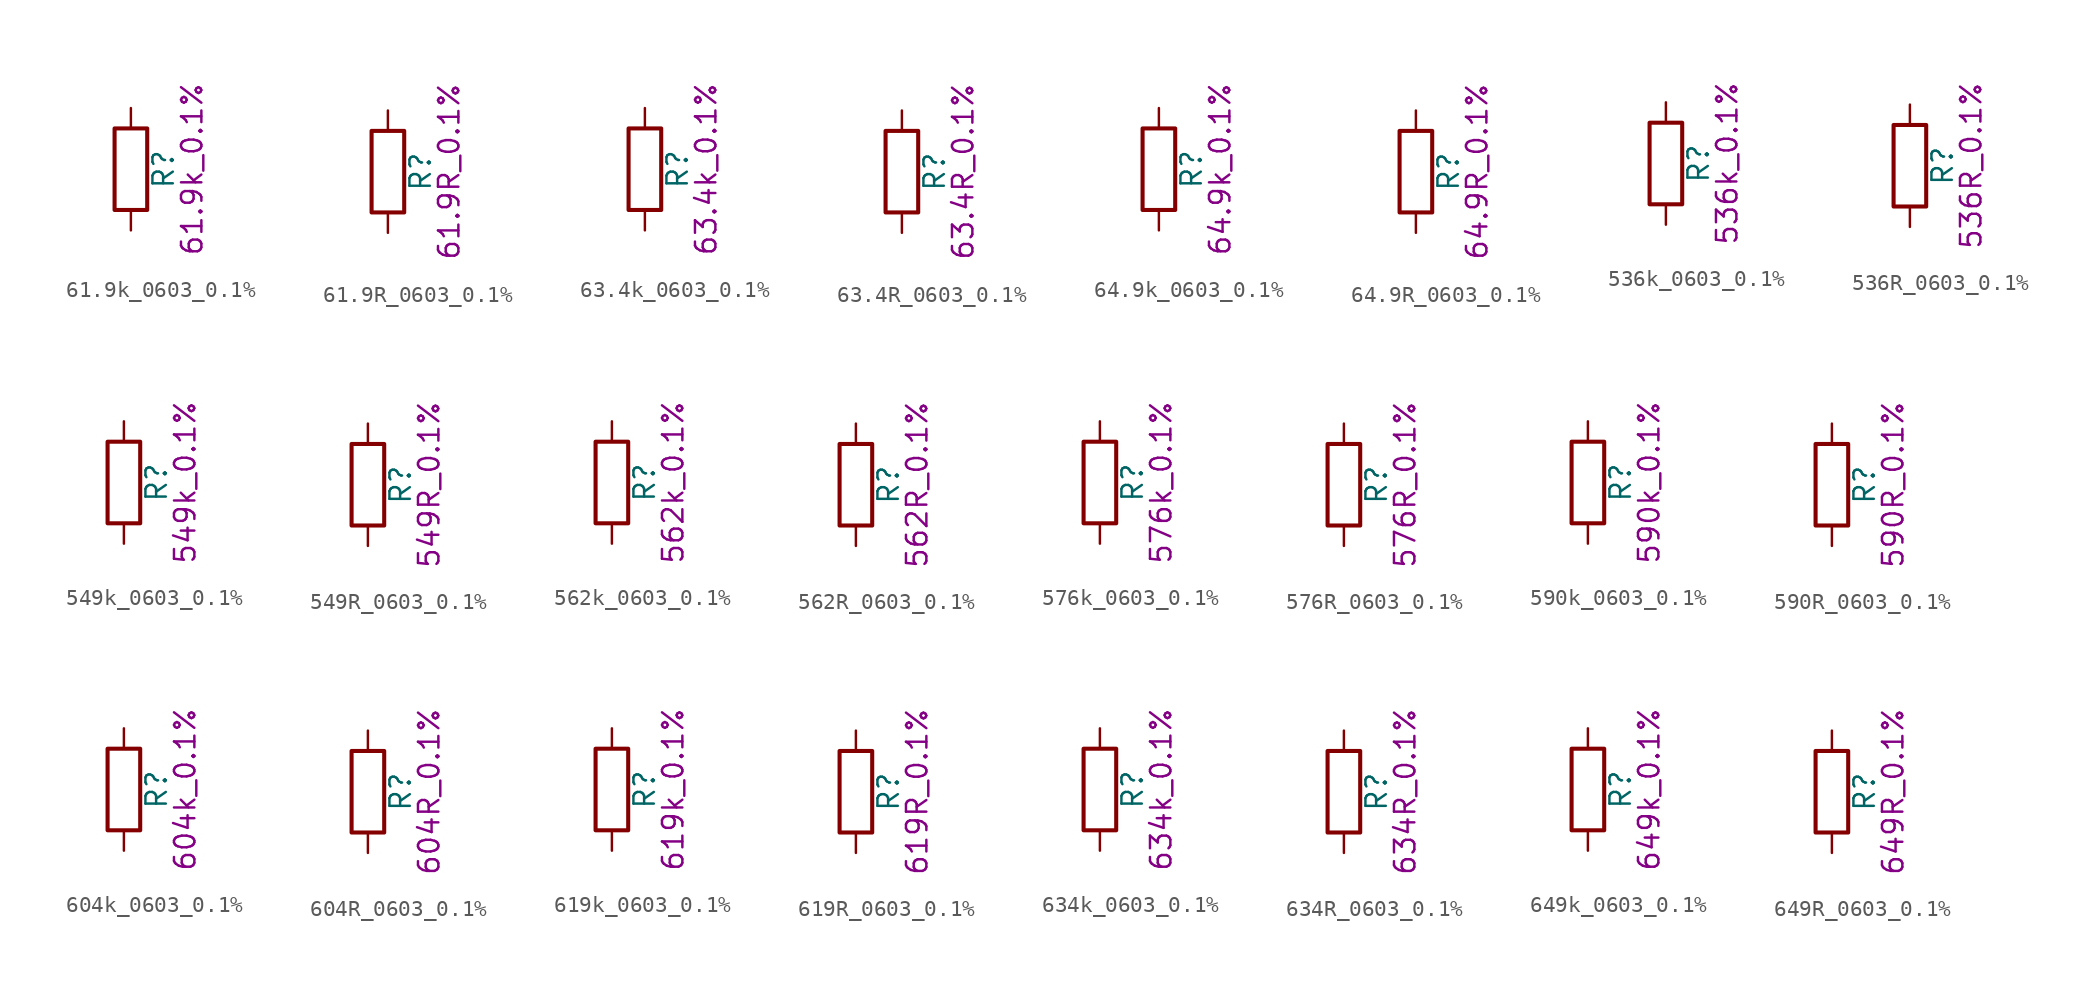
<source format=kicad_sym>
(kicad_symbol_lib
  (version 20211014)
  (generator kicad_symbol_editor)
  (symbol "61.9k_0603_0.1%"
    (pin_numbers hide)
    (pin_names
      (offset 0))
    (property "Reference" "R"
      (at 2.032 0 90)
      (effects (font (size 1.27 1.27))))
    (property "Display" "61.9k_0.1%"
      (at 3.81 0 90)
      (effects (font (size 1.27 1.27))))
    (symbol "61.9k_0603_0.1%_0_1"
      (rectangle (start -1.016 -2.54) (end 1.016 2.54) (stroke (width 0.254) (type default) (color 0 0 0 0)) (fill (type none))))
    (symbol "61.9k_0603_0.1%_1_1"
      (pin passive line (at 0 3.81 270) (length 1.27) (name "~" (effects (font (size 1.27 1.27)))) (number "1" (effects (font (size 1.27 1.27)))))
      (pin passive line (at 0 -3.81 90) (length 1.27) (name "~" (effects (font (size 1.27 1.27)))) (number "2" (effects (font (size 1.27 1.27)))))))
  (symbol "61.9R_0603_0.1%"
    (pin_numbers hide)
    (pin_names
      (offset 0))
    (property "Reference" "R"
      (at 2.032 0 90)
      (effects (font (size 1.27 1.27))))
    (property "Display" "61.9R_0.1%"
      (at 3.81 0 90)
      (effects (font (size 1.27 1.27))))
    (symbol "61.9R_0603_0.1%_0_1"
      (rectangle (start -1.016 -2.54) (end 1.016 2.54) (stroke (width 0.254) (type default) (color 0 0 0 0)) (fill (type none))))
    (symbol "61.9R_0603_0.1%_1_1"
      (pin passive line (at 0 3.81 270) (length 1.27) (name "~" (effects (font (size 1.27 1.27)))) (number "1" (effects (font (size 1.27 1.27)))))
      (pin passive line (at 0 -3.81 90) (length 1.27) (name "~" (effects (font (size 1.27 1.27)))) (number "2" (effects (font (size 1.27 1.27)))))))
  (symbol "63.4k_0603_0.1%"
    (pin_numbers hide)
    (pin_names
      (offset 0))
    (property "Reference" "R"
      (at 2.032 0 90)
      (effects (font (size 1.27 1.27))))
    (property "Display" "63.4k_0.1%"
      (at 3.81 0 90)
      (effects (font (size 1.27 1.27))))
    (symbol "63.4k_0603_0.1%_0_1"
      (rectangle (start -1.016 -2.54) (end 1.016 2.54) (stroke (width 0.254) (type default) (color 0 0 0 0)) (fill (type none))))
    (symbol "63.4k_0603_0.1%_1_1"
      (pin passive line (at 0 3.81 270) (length 1.27) (name "~" (effects (font (size 1.27 1.27)))) (number "1" (effects (font (size 1.27 1.27)))))
      (pin passive line (at 0 -3.81 90) (length 1.27) (name "~" (effects (font (size 1.27 1.27)))) (number "2" (effects (font (size 1.27 1.27)))))))
  (symbol "63.4R_0603_0.1%"
    (pin_numbers hide)
    (pin_names
      (offset 0))
    (property "Reference" "R"
      (at 2.032 0 90)
      (effects (font (size 1.27 1.27))))
    (property "Display" "63.4R_0.1%"
      (at 3.81 0 90)
      (effects (font (size 1.27 1.27))))
    (symbol "63.4R_0603_0.1%_0_1"
      (rectangle (start -1.016 -2.54) (end 1.016 2.54) (stroke (width 0.254) (type default) (color 0 0 0 0)) (fill (type none))))
    (symbol "63.4R_0603_0.1%_1_1"
      (pin passive line (at 0 3.81 270) (length 1.27) (name "~" (effects (font (size 1.27 1.27)))) (number "1" (effects (font (size 1.27 1.27)))))
      (pin passive line (at 0 -3.81 90) (length 1.27) (name "~" (effects (font (size 1.27 1.27)))) (number "2" (effects (font (size 1.27 1.27)))))))
  (symbol "64.9k_0603_0.1%"
    (pin_numbers hide)
    (pin_names
      (offset 0))
    (property "Reference" "R"
      (at 2.032 0 90)
      (effects (font (size 1.27 1.27))))
    (property "Display" "64.9k_0.1%"
      (at 3.81 0 90)
      (effects (font (size 1.27 1.27))))
    (symbol "64.9k_0603_0.1%_0_1"
      (rectangle (start -1.016 -2.54) (end 1.016 2.54) (stroke (width 0.254) (type default) (color 0 0 0 0)) (fill (type none))))
    (symbol "64.9k_0603_0.1%_1_1"
      (pin passive line (at 0 3.81 270) (length 1.27) (name "~" (effects (font (size 1.27 1.27)))) (number "1" (effects (font (size 1.27 1.27)))))
      (pin passive line (at 0 -3.81 90) (length 1.27) (name "~" (effects (font (size 1.27 1.27)))) (number "2" (effects (font (size 1.27 1.27)))))))
  (symbol "64.9R_0603_0.1%"
    (pin_numbers hide)
    (pin_names
      (offset 0))
    (property "Reference" "R"
      (at 2.032 0 90)
      (effects (font (size 1.27 1.27))))
    (property "Display" "64.9R_0.1%"
      (at 3.81 0 90)
      (effects (font (size 1.27 1.27))))
    (symbol "64.9R_0603_0.1%_0_1"
      (rectangle (start -1.016 -2.54) (end 1.016 2.54) (stroke (width 0.254) (type default) (color 0 0 0 0)) (fill (type none))))
    (symbol "64.9R_0603_0.1%_1_1"
      (pin passive line (at 0 3.81 270) (length 1.27) (name "~" (effects (font (size 1.27 1.27)))) (number "1" (effects (font (size 1.27 1.27)))))
      (pin passive line (at 0 -3.81 90) (length 1.27) (name "~" (effects (font (size 1.27 1.27)))) (number "2" (effects (font (size 1.27 1.27)))))))
  (symbol "536k_0603_0.1%"
    (pin_numbers hide)
    (pin_names
      (offset 0))
    (property "Reference" "R"
      (at 2.032 0 90)
      (effects (font (size 1.27 1.27))))
    (property "Display" "536k_0.1%"
      (at 3.81 0 90)
      (effects (font (size 1.27 1.27))))
    (symbol "536k_0603_0.1%_0_1"
      (rectangle (start -1.016 -2.54) (end 1.016 2.54) (stroke (width 0.254) (type default) (color 0 0 0 0)) (fill (type none))))
    (symbol "536k_0603_0.1%_1_1"
      (pin passive line (at 0 3.81 270) (length 1.27) (name "~" (effects (font (size 1.27 1.27)))) (number "1" (effects (font (size 1.27 1.27)))))
      (pin passive line (at 0 -3.81 90) (length 1.27) (name "~" (effects (font (size 1.27 1.27)))) (number "2" (effects (font (size 1.27 1.27)))))))
  (symbol "536R_0603_0.1%"
    (pin_numbers hide)
    (pin_names
      (offset 0))
    (property "Reference" "R"
      (at 2.032 0 90)
      (effects (font (size 1.27 1.27))))
    (property "Display" "536R_0.1%"
      (at 3.81 0 90)
      (effects (font (size 1.27 1.27))))
    (symbol "536R_0603_0.1%_0_1"
      (rectangle (start -1.016 -2.54) (end 1.016 2.54) (stroke (width 0.254) (type default) (color 0 0 0 0)) (fill (type none))))
    (symbol "536R_0603_0.1%_1_1"
      (pin passive line (at 0 3.81 270) (length 1.27) (name "~" (effects (font (size 1.27 1.27)))) (number "1" (effects (font (size 1.27 1.27)))))
      (pin passive line (at 0 -3.81 90) (length 1.27) (name "~" (effects (font (size 1.27 1.27)))) (number "2" (effects (font (size 1.27 1.27)))))))
  (symbol "549k_0603_0.1%"
    (pin_numbers hide)
    (pin_names
      (offset 0))
    (property "Reference" "R"
      (at 2.032 0 90)
      (effects (font (size 1.27 1.27))))
    (property "Display" "549k_0.1%"
      (at 3.81 0 90)
      (effects (font (size 1.27 1.27))))
    (symbol "549k_0603_0.1%_0_1"
      (rectangle (start -1.016 -2.54) (end 1.016 2.54) (stroke (width 0.254) (type default) (color 0 0 0 0)) (fill (type none))))
    (symbol "549k_0603_0.1%_1_1"
      (pin passive line (at 0 3.81 270) (length 1.27) (name "~" (effects (font (size 1.27 1.27)))) (number "1" (effects (font (size 1.27 1.27)))))
      (pin passive line (at 0 -3.81 90) (length 1.27) (name "~" (effects (font (size 1.27 1.27)))) (number "2" (effects (font (size 1.27 1.27)))))))
  (symbol "549R_0603_0.1%"
    (pin_numbers hide)
    (pin_names
      (offset 0))
    (property "Reference" "R"
      (at 2.032 0 90)
      (effects (font (size 1.27 1.27))))
    (property "Display" "549R_0.1%"
      (at 3.81 0 90)
      (effects (font (size 1.27 1.27))))
    (symbol "549R_0603_0.1%_0_1"
      (rectangle (start -1.016 -2.54) (end 1.016 2.54) (stroke (width 0.254) (type default) (color 0 0 0 0)) (fill (type none))))
    (symbol "549R_0603_0.1%_1_1"
      (pin passive line (at 0 3.81 270) (length 1.27) (name "~" (effects (font (size 1.27 1.27)))) (number "1" (effects (font (size 1.27 1.27)))))
      (pin passive line (at 0 -3.81 90) (length 1.27) (name "~" (effects (font (size 1.27 1.27)))) (number "2" (effects (font (size 1.27 1.27)))))))
  (symbol "562k_0603_0.1%"
    (pin_numbers hide)
    (pin_names
      (offset 0))
    (property "Reference" "R"
      (at 2.032 0 90)
      (effects (font (size 1.27 1.27))))
    (property "Display" "562k_0.1%"
      (at 3.81 0 90)
      (effects (font (size 1.27 1.27))))
    (symbol "562k_0603_0.1%_0_1"
      (rectangle (start -1.016 -2.54) (end 1.016 2.54) (stroke (width 0.254) (type default) (color 0 0 0 0)) (fill (type none))))
    (symbol "562k_0603_0.1%_1_1"
      (pin passive line (at 0 3.81 270) (length 1.27) (name "~" (effects (font (size 1.27 1.27)))) (number "1" (effects (font (size 1.27 1.27)))))
      (pin passive line (at 0 -3.81 90) (length 1.27) (name "~" (effects (font (size 1.27 1.27)))) (number "2" (effects (font (size 1.27 1.27)))))))
  (symbol "562R_0603_0.1%"
    (pin_numbers hide)
    (pin_names
      (offset 0))
    (property "Reference" "R"
      (at 2.032 0 90)
      (effects (font (size 1.27 1.27))))
    (property "Display" "562R_0.1%"
      (at 3.81 0 90)
      (effects (font (size 1.27 1.27))))
    (symbol "562R_0603_0.1%_0_1"
      (rectangle (start -1.016 -2.54) (end 1.016 2.54) (stroke (width 0.254) (type default) (color 0 0 0 0)) (fill (type none))))
    (symbol "562R_0603_0.1%_1_1"
      (pin passive line (at 0 3.81 270) (length 1.27) (name "~" (effects (font (size 1.27 1.27)))) (number "1" (effects (font (size 1.27 1.27)))))
      (pin passive line (at 0 -3.81 90) (length 1.27) (name "~" (effects (font (size 1.27 1.27)))) (number "2" (effects (font (size 1.27 1.27)))))))
  (symbol "576k_0603_0.1%"
    (pin_numbers hide)
    (pin_names
      (offset 0))
    (property "Reference" "R"
      (at 2.032 0 90)
      (effects (font (size 1.27 1.27))))
    (property "Display" "576k_0.1%"
      (at 3.81 0 90)
      (effects (font (size 1.27 1.27))))
    (symbol "576k_0603_0.1%_0_1"
      (rectangle (start -1.016 -2.54) (end 1.016 2.54) (stroke (width 0.254) (type default) (color 0 0 0 0)) (fill (type none))))
    (symbol "576k_0603_0.1%_1_1"
      (pin passive line (at 0 3.81 270) (length 1.27) (name "~" (effects (font (size 1.27 1.27)))) (number "1" (effects (font (size 1.27 1.27)))))
      (pin passive line (at 0 -3.81 90) (length 1.27) (name "~" (effects (font (size 1.27 1.27)))) (number "2" (effects (font (size 1.27 1.27)))))))
  (symbol "576R_0603_0.1%"
    (pin_numbers hide)
    (pin_names
      (offset 0))
    (property "Reference" "R"
      (at 2.032 0 90)
      (effects (font (size 1.27 1.27))))
    (property "Display" "576R_0.1%"
      (at 3.81 0 90)
      (effects (font (size 1.27 1.27))))
    (symbol "576R_0603_0.1%_0_1"
      (rectangle (start -1.016 -2.54) (end 1.016 2.54) (stroke (width 0.254) (type default) (color 0 0 0 0)) (fill (type none))))
    (symbol "576R_0603_0.1%_1_1"
      (pin passive line (at 0 3.81 270) (length 1.27) (name "~" (effects (font (size 1.27 1.27)))) (number "1" (effects (font (size 1.27 1.27)))))
      (pin passive line (at 0 -3.81 90) (length 1.27) (name "~" (effects (font (size 1.27 1.27)))) (number "2" (effects (font (size 1.27 1.27)))))))
  (symbol "590k_0603_0.1%"
    (pin_numbers hide)
    (pin_names
      (offset 0))
    (property "Reference" "R"
      (at 2.032 0 90)
      (effects (font (size 1.27 1.27))))
    (property "Display" "590k_0.1%"
      (at 3.81 0 90)
      (effects (font (size 1.27 1.27))))
    (symbol "590k_0603_0.1%_0_1"
      (rectangle (start -1.016 -2.54) (end 1.016 2.54) (stroke (width 0.254) (type default) (color 0 0 0 0)) (fill (type none))))
    (symbol "590k_0603_0.1%_1_1"
      (pin passive line (at 0 3.81 270) (length 1.27) (name "~" (effects (font (size 1.27 1.27)))) (number "1" (effects (font (size 1.27 1.27)))))
      (pin passive line (at 0 -3.81 90) (length 1.27) (name "~" (effects (font (size 1.27 1.27)))) (number "2" (effects (font (size 1.27 1.27)))))))
  (symbol "590R_0603_0.1%"
    (pin_numbers hide)
    (pin_names
      (offset 0))
    (property "Reference" "R"
      (at 2.032 0 90)
      (effects (font (size 1.27 1.27))))
    (property "Display" "590R_0.1%"
      (at 3.81 0 90)
      (effects (font (size 1.27 1.27))))
    (symbol "590R_0603_0.1%_0_1"
      (rectangle (start -1.016 -2.54) (end 1.016 2.54) (stroke (width 0.254) (type default) (color 0 0 0 0)) (fill (type none))))
    (symbol "590R_0603_0.1%_1_1"
      (pin passive line (at 0 3.81 270) (length 1.27) (name "~" (effects (font (size 1.27 1.27)))) (number "1" (effects (font (size 1.27 1.27)))))
      (pin passive line (at 0 -3.81 90) (length 1.27) (name "~" (effects (font (size 1.27 1.27)))) (number "2" (effects (font (size 1.27 1.27)))))))
  (symbol "604k_0603_0.1%"
    (pin_numbers hide)
    (pin_names
      (offset 0))
    (property "Reference" "R"
      (at 2.032 0 90)
      (effects (font (size 1.27 1.27))))
    (property "Display" "604k_0.1%"
      (at 3.81 0 90)
      (effects (font (size 1.27 1.27))))
    (symbol "604k_0603_0.1%_0_1"
      (rectangle (start -1.016 -2.54) (end 1.016 2.54) (stroke (width 0.254) (type default) (color 0 0 0 0)) (fill (type none))))
    (symbol "604k_0603_0.1%_1_1"
      (pin passive line (at 0 3.81 270) (length 1.27) (name "~" (effects (font (size 1.27 1.27)))) (number "1" (effects (font (size 1.27 1.27)))))
      (pin passive line (at 0 -3.81 90) (length 1.27) (name "~" (effects (font (size 1.27 1.27)))) (number "2" (effects (font (size 1.27 1.27)))))))
  (symbol "604R_0603_0.1%"
    (pin_numbers hide)
    (pin_names
      (offset 0))
    (property "Reference" "R"
      (at 2.032 0 90)
      (effects (font (size 1.27 1.27))))
    (property "Display" "604R_0.1%"
      (at 3.81 0 90)
      (effects (font (size 1.27 1.27))))
    (symbol "604R_0603_0.1%_0_1"
      (rectangle (start -1.016 -2.54) (end 1.016 2.54) (stroke (width 0.254) (type default) (color 0 0 0 0)) (fill (type none))))
    (symbol "604R_0603_0.1%_1_1"
      (pin passive line (at 0 3.81 270) (length 1.27) (name "~" (effects (font (size 1.27 1.27)))) (number "1" (effects (font (size 1.27 1.27)))))
      (pin passive line (at 0 -3.81 90) (length 1.27) (name "~" (effects (font (size 1.27 1.27)))) (number "2" (effects (font (size 1.27 1.27)))))))
  (symbol "619k_0603_0.1%"
    (pin_numbers hide)
    (pin_names
      (offset 0))
    (property "Reference" "R"
      (at 2.032 0 90)
      (effects (font (size 1.27 1.27))))
    (property "Display" "619k_0.1%"
      (at 3.81 0 90)
      (effects (font (size 1.27 1.27))))
    (symbol "619k_0603_0.1%_0_1"
      (rectangle (start -1.016 -2.54) (end 1.016 2.54) (stroke (width 0.254) (type default) (color 0 0 0 0)) (fill (type none))))
    (symbol "619k_0603_0.1%_1_1"
      (pin passive line (at 0 3.81 270) (length 1.27) (name "~" (effects (font (size 1.27 1.27)))) (number "1" (effects (font (size 1.27 1.27)))))
      (pin passive line (at 0 -3.81 90) (length 1.27) (name "~" (effects (font (size 1.27 1.27)))) (number "2" (effects (font (size 1.27 1.27)))))))
  (symbol "619R_0603_0.1%"
    (pin_numbers hide)
    (pin_names
      (offset 0))
    (property "Reference" "R"
      (at 2.032 0 90)
      (effects (font (size 1.27 1.27))))
    (property "Display" "619R_0.1%"
      (at 3.81 0 90)
      (effects (font (size 1.27 1.27))))
    (symbol "619R_0603_0.1%_0_1"
      (rectangle (start -1.016 -2.54) (end 1.016 2.54) (stroke (width 0.254) (type default) (color 0 0 0 0)) (fill (type none))))
    (symbol "619R_0603_0.1%_1_1"
      (pin passive line (at 0 3.81 270) (length 1.27) (name "~" (effects (font (size 1.27 1.27)))) (number "1" (effects (font (size 1.27 1.27)))))
      (pin passive line (at 0 -3.81 90) (length 1.27) (name "~" (effects (font (size 1.27 1.27)))) (number "2" (effects (font (size 1.27 1.27)))))))
  (symbol "634k_0603_0.1%"
    (pin_numbers hide)
    (pin_names
      (offset 0))
    (property "Reference" "R"
      (at 2.032 0 90)
      (effects (font (size 1.27 1.27))))
    (property "Display" "634k_0.1%"
      (at 3.81 0 90)
      (effects (font (size 1.27 1.27))))
    (symbol "634k_0603_0.1%_0_1"
      (rectangle (start -1.016 -2.54) (end 1.016 2.54) (stroke (width 0.254) (type default) (color 0 0 0 0)) (fill (type none))))
    (symbol "634k_0603_0.1%_1_1"
      (pin passive line (at 0 3.81 270) (length 1.27) (name "~" (effects (font (size 1.27 1.27)))) (number "1" (effects (font (size 1.27 1.27)))))
      (pin passive line (at 0 -3.81 90) (length 1.27) (name "~" (effects (font (size 1.27 1.27)))) (number "2" (effects (font (size 1.27 1.27)))))))
  (symbol "634R_0603_0.1%"
    (pin_numbers hide)
    (pin_names
      (offset 0))
    (property "Reference" "R"
      (at 2.032 0 90)
      (effects (font (size 1.27 1.27))))
    (property "Display" "634R_0.1%"
      (at 3.81 0 90)
      (effects (font (size 1.27 1.27))))
    (symbol "634R_0603_0.1%_0_1"
      (rectangle (start -1.016 -2.54) (end 1.016 2.54) (stroke (width 0.254) (type default) (color 0 0 0 0)) (fill (type none))))
    (symbol "634R_0603_0.1%_1_1"
      (pin passive line (at 0 3.81 270) (length 1.27) (name "~" (effects (font (size 1.27 1.27)))) (number "1" (effects (font (size 1.27 1.27)))))
      (pin passive line (at 0 -3.81 90) (length 1.27) (name "~" (effects (font (size 1.27 1.27)))) (number "2" (effects (font (size 1.27 1.27)))))))
  (symbol "649k_0603_0.1%"
    (pin_numbers hide)
    (pin_names
      (offset 0))
    (property "Reference" "R"
      (at 2.032 0 90)
      (effects (font (size 1.27 1.27))))
    (property "Display" "649k_0.1%"
      (at 3.81 0 90)
      (effects (font (size 1.27 1.27))))
    (symbol "649k_0603_0.1%_0_1"
      (rectangle (start -1.016 -2.54) (end 1.016 2.54) (stroke (width 0.254) (type default) (color 0 0 0 0)) (fill (type none))))
    (symbol "649k_0603_0.1%_1_1"
      (pin passive line (at 0 3.81 270) (length 1.27) (name "~" (effects (font (size 1.27 1.27)))) (number "1" (effects (font (size 1.27 1.27)))))
      (pin passive line (at 0 -3.81 90) (length 1.27) (name "~" (effects (font (size 1.27 1.27)))) (number "2" (effects (font (size 1.27 1.27)))))))
  (symbol "649R_0603_0.1%"
    (pin_numbers hide)
    (pin_names
      (offset 0))
    (property "Reference" "R"
      (at 2.032 0 90)
      (effects (font (size 1.27 1.27))))
    (property "Display" "649R_0.1%"
      (at 3.81 0 90)
      (effects (font (size 1.27 1.27))))
    (symbol "649R_0603_0.1%_0_1"
      (rectangle (start -1.016 -2.54) (end 1.016 2.54) (stroke (width 0.254) (type default) (color 0 0 0 0)) (fill (type none))))
    (symbol "649R_0603_0.1%_1_1"
      (pin passive line (at 0 3.81 270) (length 1.27) (name "~" (effects (font (size 1.27 1.27)))) (number "1" (effects (font (size 1.27 1.27)))))
      (pin passive line (at 0 -3.81 90) (length 1.27) (name "~" (effects (font (size 1.27 1.27)))) (number "2" (effects (font (size 1.27 1.27))))))))
</source>
